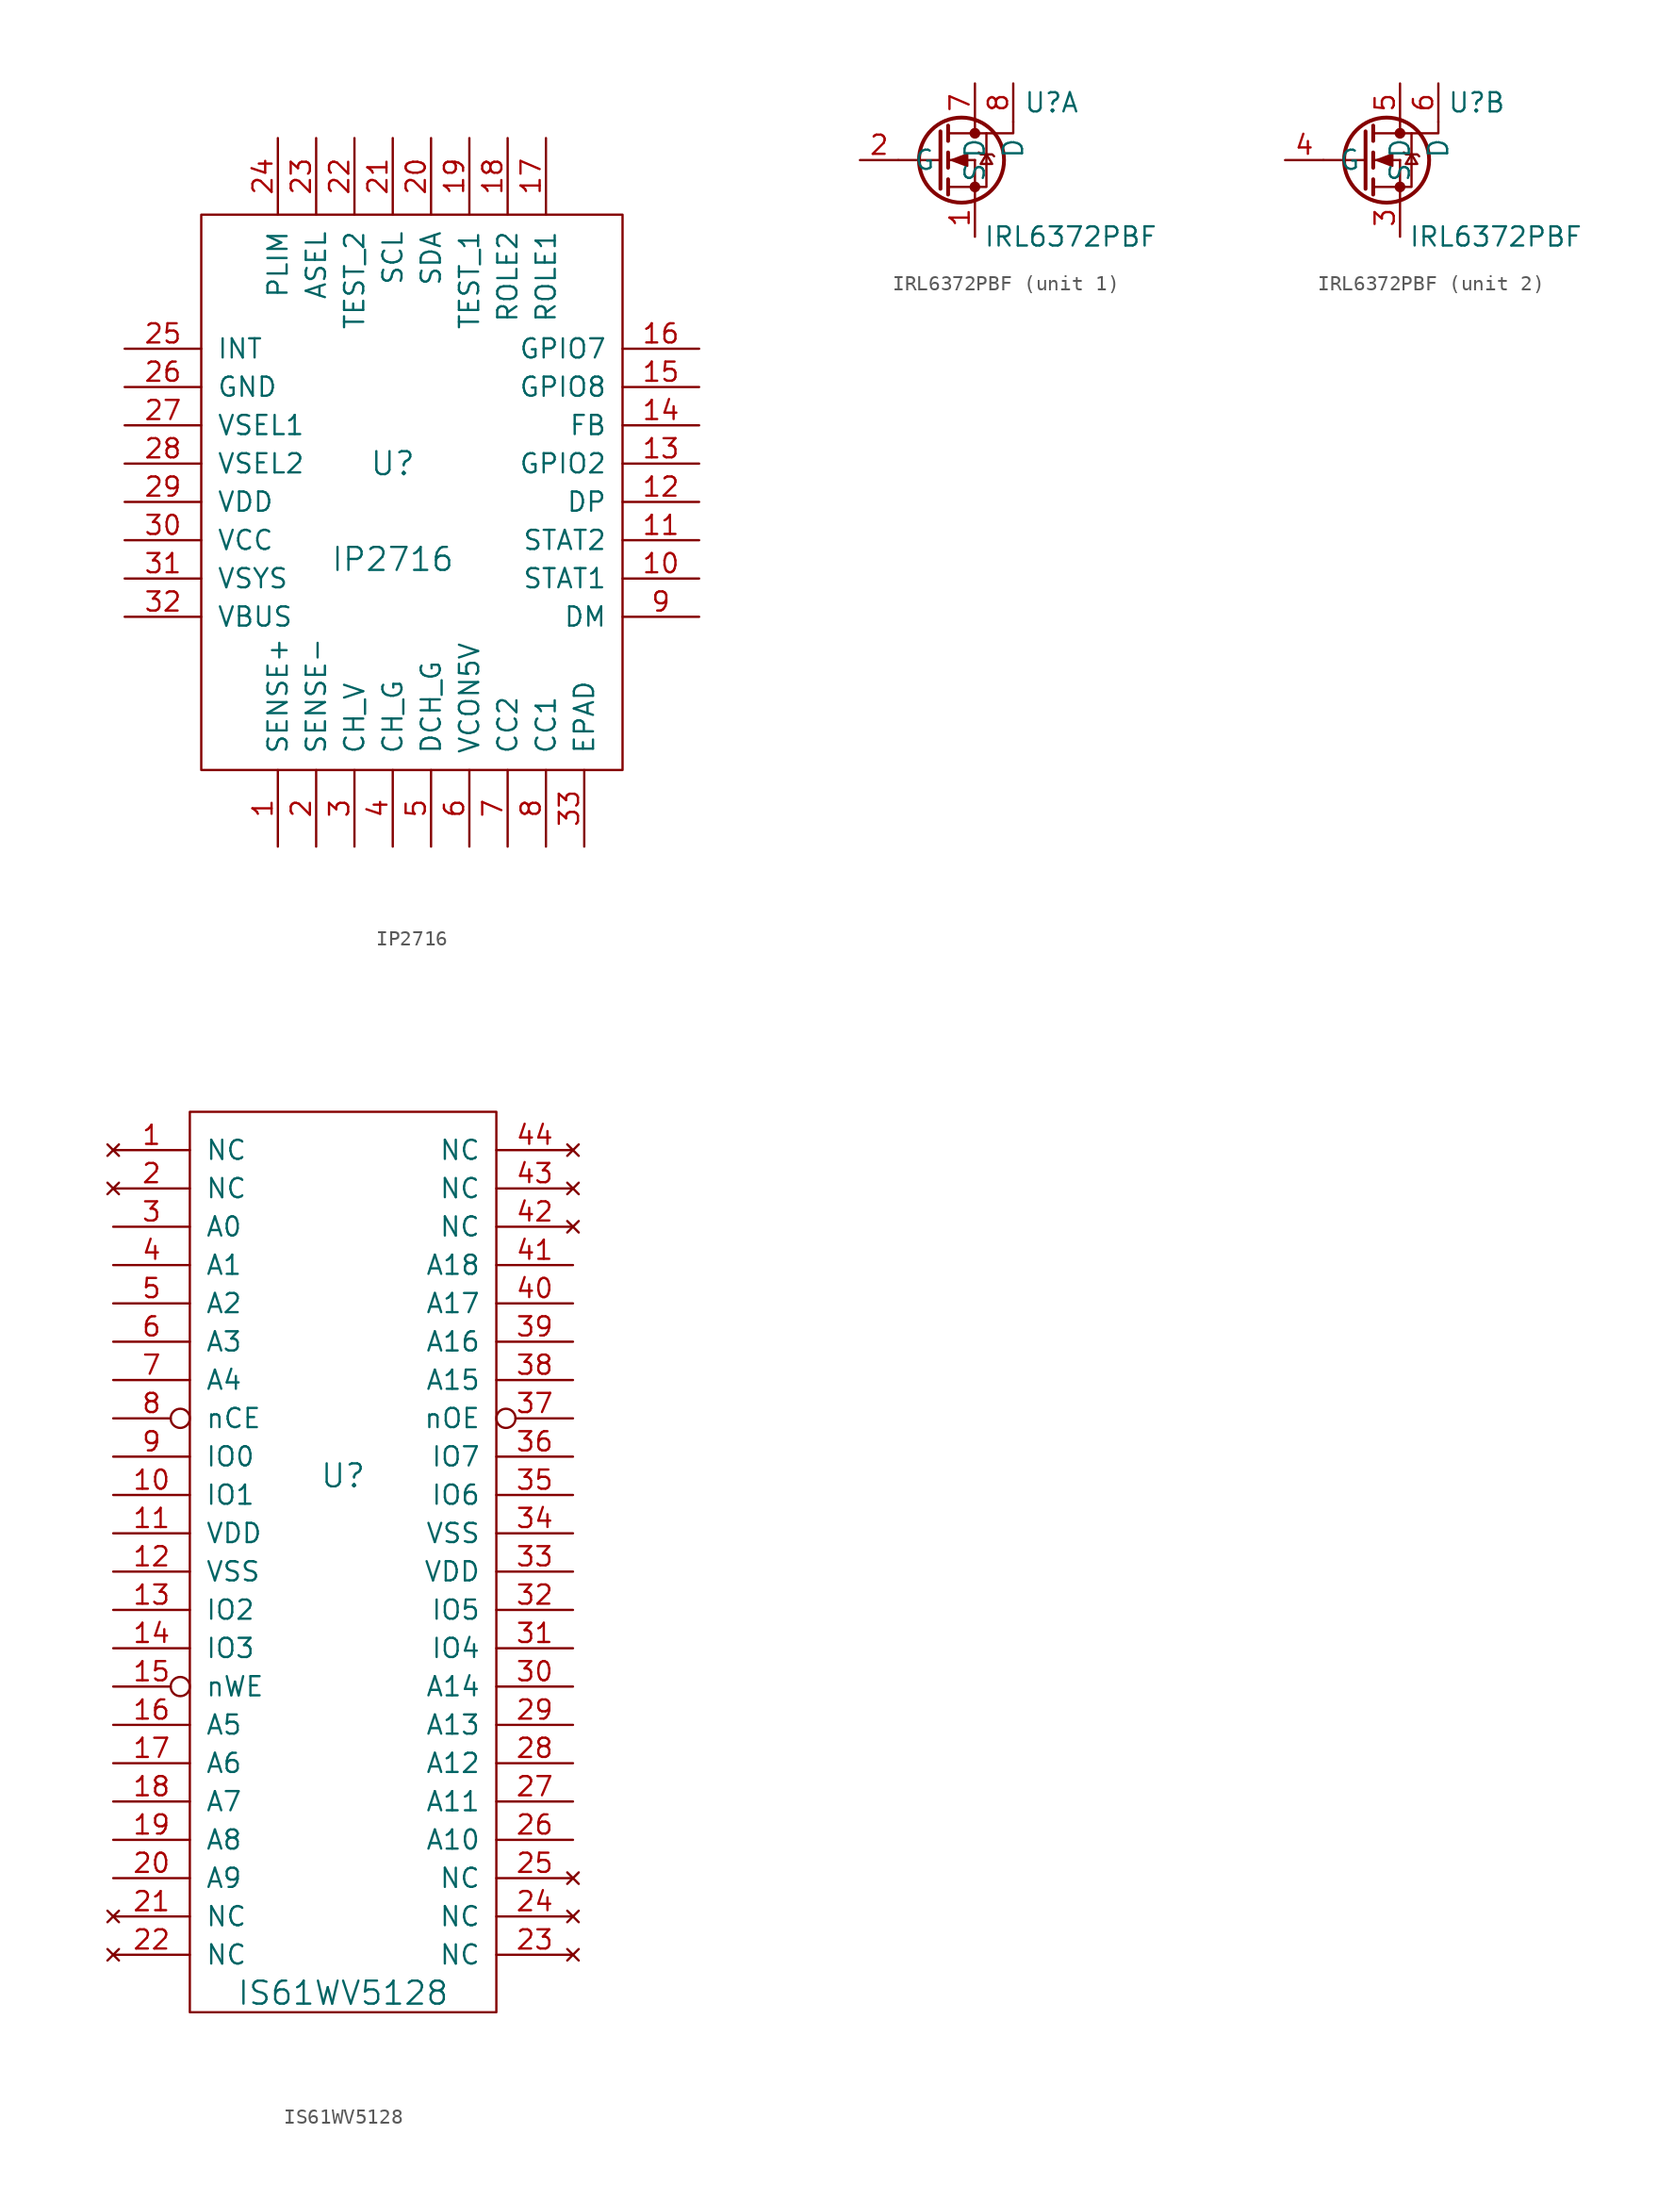
<source format=kicad_sym>
(kicad_symbol_lib
  (version 20220914)
  (generator kicad_symbol_editor)
  (symbol "IP2716"
    (pin_names
      (offset 1.016))
    (property "Reference" "U"
      (at 1.27 2.54 0)
      (effects (font (size 1.524 1.524))))
    (property "Value" "IP2716"
      (at 1.27 -3.81 0)
      (effects (font (size 1.524 1.524))))
    (symbol "IP2716_0_1"
      (rectangle (start -11.43 19.05) (end 16.51 -17.78) (stroke (width 0) (type default)) (fill (type none))))
    (symbol "IP2716_1_1"
      (pin input line (at -6.35 -22.86 90) (length 5.08) (name "SENSE+" (effects (font (size 1.27 1.27)))) (number "1" (effects (font (size 1.27 1.27)))))
      (pin input line (at 21.59 -5.08 180) (length 5.08) (name "STAT1" (effects (font (size 1.27 1.27)))) (number "10" (effects (font (size 1.27 1.27)))))
      (pin input line (at 21.59 -2.54 180) (length 5.08) (name "STAT2" (effects (font (size 1.27 1.27)))) (number "11" (effects (font (size 1.27 1.27)))))
      (pin input line (at 21.59 0 180) (length 5.08) (name "DP" (effects (font (size 1.27 1.27)))) (number "12" (effects (font (size 1.27 1.27)))))
      (pin input line (at 21.59 2.54 180) (length 5.08) (name "GPIO2" (effects (font (size 1.27 1.27)))) (number "13" (effects (font (size 1.27 1.27)))))
      (pin input line (at 21.59 5.08 180) (length 5.08) (name "FB" (effects (font (size 1.27 1.27)))) (number "14" (effects (font (size 1.27 1.27)))))
      (pin input line (at 21.59 7.62 180) (length 5.08) (name "GPIO8" (effects (font (size 1.27 1.27)))) (number "15" (effects (font (size 1.27 1.27)))))
      (pin input line (at 21.59 10.16 180) (length 5.08) (name "GPIO7" (effects (font (size 1.27 1.27)))) (number "16" (effects (font (size 1.27 1.27)))))
      (pin input line (at 11.43 24.13 270) (length 5.08) (name "ROLE1" (effects (font (size 1.27 1.27)))) (number "17" (effects (font (size 1.27 1.27)))))
      (pin input line (at 8.89 24.13 270) (length 5.08) (name "ROLE2" (effects (font (size 1.27 1.27)))) (number "18" (effects (font (size 1.27 1.27)))))
      (pin input line (at 6.35 24.13 270) (length 5.08) (name "TEST_1" (effects (font (size 1.27 1.27)))) (number "19" (effects (font (size 1.27 1.27)))))
      (pin input line (at -3.81 -22.86 90) (length 5.08) (name "SENSE-" (effects (font (size 1.27 1.27)))) (number "2" (effects (font (size 1.27 1.27)))))
      (pin input line (at 3.81 24.13 270) (length 5.08) (name "SDA" (effects (font (size 1.27 1.27)))) (number "20" (effects (font (size 1.27 1.27)))))
      (pin input line (at 1.27 24.13 270) (length 5.08) (name "SCL" (effects (font (size 1.27 1.27)))) (number "21" (effects (font (size 1.27 1.27)))))
      (pin input line (at -1.27 24.13 270) (length 5.08) (name "TEST_2" (effects (font (size 1.27 1.27)))) (number "22" (effects (font (size 1.27 1.27)))))
      (pin input line (at -3.81 24.13 270) (length 5.08) (name "ASEL" (effects (font (size 1.27 1.27)))) (number "23" (effects (font (size 1.27 1.27)))))
      (pin input line (at -6.35 24.13 270) (length 5.08) (name "PLIM" (effects (font (size 1.27 1.27)))) (number "24" (effects (font (size 1.27 1.27)))))
      (pin input line (at -16.51 10.16 0) (length 5.08) (name "INT" (effects (font (size 1.27 1.27)))) (number "25" (effects (font (size 1.27 1.27)))))
      (pin input line (at -16.51 7.62 0) (length 5.08) (name "GND" (effects (font (size 1.27 1.27)))) (number "26" (effects (font (size 1.27 1.27)))))
      (pin input line (at -16.51 5.08 0) (length 5.08) (name "VSEL1" (effects (font (size 1.27 1.27)))) (number "27" (effects (font (size 1.27 1.27)))))
      (pin input line (at -16.51 2.54 0) (length 5.08) (name "VSEL2" (effects (font (size 1.27 1.27)))) (number "28" (effects (font (size 1.27 1.27)))))
      (pin input line (at -16.51 0 0) (length 5.08) (name "VDD" (effects (font (size 1.27 1.27)))) (number "29" (effects (font (size 1.27 1.27)))))
      (pin input line (at -1.27 -22.86 90) (length 5.08) (name "CH_V" (effects (font (size 1.27 1.27)))) (number "3" (effects (font (size 1.27 1.27)))))
      (pin input line (at -16.51 -2.54 0) (length 5.08) (name "VCC" (effects (font (size 1.27 1.27)))) (number "30" (effects (font (size 1.27 1.27)))))
      (pin input line (at -16.51 -5.08 0) (length 5.08) (name "VSYS" (effects (font (size 1.27 1.27)))) (number "31" (effects (font (size 1.27 1.27)))))
      (pin input line (at -16.51 -7.62 0) (length 5.08) (name "VBUS" (effects (font (size 1.27 1.27)))) (number "32" (effects (font (size 1.27 1.27)))))
      (pin input line (at 13.97 -22.86 90) (length 5.08) (name "EPAD" (effects (font (size 1.27 1.27)))) (number "33" (effects (font (size 1.27 1.27)))))
      (pin input line (at 1.27 -22.86 90) (length 5.08) (name "CH_G" (effects (font (size 1.27 1.27)))) (number "4" (effects (font (size 1.27 1.27)))))
      (pin input line (at 3.81 -22.86 90) (length 5.08) (name "DCH_G" (effects (font (size 1.27 1.27)))) (number "5" (effects (font (size 1.27 1.27)))))
      (pin input line (at 6.35 -22.86 90) (length 5.08) (name "VCON5V" (effects (font (size 1.27 1.27)))) (number "6" (effects (font (size 1.27 1.27)))))
      (pin input line (at 8.89 -22.86 90) (length 5.08) (name "CC2" (effects (font (size 1.27 1.27)))) (number "7" (effects (font (size 1.27 1.27)))))
      (pin input line (at 11.43 -22.86 90) (length 5.08) (name "CC1" (effects (font (size 1.27 1.27)))) (number "8" (effects (font (size 1.27 1.27)))))
      (pin input line (at 21.59 -7.62 180) (length 5.08) (name "DM" (effects (font (size 1.27 1.27)))) (number "9" (effects (font (size 1.27 1.27)))))))
  (symbol "IRL6372PBF"
    (pin_names
      (offset 1.016))
    (property "Reference" "U"
      (at 5.08 3.81 0)
      (effects (font (size 1.27 1.27))))
    (property "Value" "IRL6372PBF"
      (at 6.35 -5.08 0)
      (effects (font (size 1.27 1.27))))
    (symbol "IRL6372PBF_0_1"
      (polyline (pts (xy 2.54 2.54) (xy 2.54 1.778) (xy 0.762 1.778)) (stroke (width 0) (type default)) (fill (type none))))
    (symbol "IRL6372PBF_1_1"
      (circle (center -0.889 0) (radius 2.819) (stroke (width 0.254) (type default)) (fill (type none)))
      (circle (center 0 -1.778) (radius 0.279) (stroke (width 0) (type default)) (fill (type outline)))
      (polyline (pts (xy -5.08 0) (xy -2.286 0)) (stroke (width 0) (type default)) (fill (type none)))
      (polyline (pts (xy -1.778 -1.778) (xy 0 -1.778)) (stroke (width 0) (type default)) (fill (type none)))
      (polyline (pts (xy -1.778 -1.27) (xy -1.778 -2.286)) (stroke (width 0.254) (type default)) (fill (type none)))
      (polyline (pts (xy -1.778 0) (xy 0 0)) (stroke (width 0) (type default)) (fill (type none)))
      (polyline (pts (xy -1.778 0.508) (xy -1.778 -0.508)) (stroke (width 0.254) (type default)) (fill (type none)))
      (polyline (pts (xy -1.778 1.778) (xy 0 1.778)) (stroke (width 0) (type default)) (fill (type none)))
      (polyline (pts (xy -1.778 2.286) (xy -1.778 1.27)) (stroke (width 0.254) (type default)) (fill (type none)))
      (polyline (pts (xy 0 -1.778) (xy 0 -2.54)) (stroke (width 0) (type default)) (fill (type none)))
      (polyline (pts (xy 0 -1.778) (xy 0 0)) (stroke (width 0) (type default)) (fill (type none)))
      (polyline (pts (xy 0 2.54) (xy 0 1.778)) (stroke (width 0) (type default)) (fill (type none)))
      (polyline (pts (xy -2.286 1.905) (xy -2.286 -1.905) (xy -2.286 -1.905)) (stroke (width 0.254) (type default)) (fill (type none)))
      (polyline (pts (xy -1.524 0) (xy -0.508 0.381) (xy -0.508 -0.381) (xy -1.524 0)) (stroke (width 0) (type default)) (fill (type outline)))
      (polyline (pts (xy 0 -1.778) (xy 0.762 -1.778) (xy 0.762 1.778) (xy 0 1.778)) (stroke (width 0) (type default)) (fill (type none)))
      (polyline (pts (xy 0.254 0.508) (xy 0.381 0.381) (xy 1.143 0.381) (xy 1.27 0.254)) (stroke (width 0) (type default)) (fill (type none)))
      (polyline (pts (xy 0.762 0.381) (xy 0.381 -0.254) (xy 1.143 -0.254) (xy 0.762 0.381)) (stroke (width 0) (type default)) (fill (type none)))
      (circle (center 0 1.778) (radius 0.279) (stroke (width 0) (type default)) (fill (type outline)))
      (pin passive line (at 0 -5.08 90) (length 2.54) (name "S" (effects (font (size 1.27 1.27)))) (number "1" (effects (font (size 1.27 1.27)))))
      (pin input line (at -7.62 0 0) (length 2.54) (name "G" (effects (font (size 1.27 1.27)))) (number "2" (effects (font (size 1.27 1.27)))))
      (pin passive line (at 0 5.08 270) (length 2.54) (name "D" (effects (font (size 1.27 1.27)))) (number "7" (effects (font (size 1.27 1.27)))))
      (pin passive line (at 2.54 5.08 270) (length 2.54) (name "D" (effects (font (size 1.27 1.27)))) (number "8" (effects (font (size 1.27 1.27))))))
    (symbol "IRL6372PBF_2_1"
      (circle (center -0.889 0) (radius 2.819) (stroke (width 0.254) (type default)) (fill (type none)))
      (circle (center 0 -1.778) (radius 0.279) (stroke (width 0) (type default)) (fill (type outline)))
      (polyline (pts (xy -5.08 0) (xy -2.286 0)) (stroke (width 0) (type default)) (fill (type none)))
      (polyline (pts (xy -1.778 -1.778) (xy 0 -1.778)) (stroke (width 0) (type default)) (fill (type none)))
      (polyline (pts (xy -1.778 -1.27) (xy -1.778 -2.286)) (stroke (width 0.254) (type default)) (fill (type none)))
      (polyline (pts (xy -1.778 0) (xy 0 0)) (stroke (width 0) (type default)) (fill (type none)))
      (polyline (pts (xy -1.778 0.508) (xy -1.778 -0.508)) (stroke (width 0.254) (type default)) (fill (type none)))
      (polyline (pts (xy -1.778 1.778) (xy 0 1.778)) (stroke (width 0) (type default)) (fill (type none)))
      (polyline (pts (xy -1.778 2.286) (xy -1.778 1.27)) (stroke (width 0.254) (type default)) (fill (type none)))
      (polyline (pts (xy 0 -1.778) (xy 0 -2.54)) (stroke (width 0) (type default)) (fill (type none)))
      (polyline (pts (xy 0 -1.778) (xy 0 0)) (stroke (width 0) (type default)) (fill (type none)))
      (polyline (pts (xy 0 2.54) (xy 0 1.778)) (stroke (width 0) (type default)) (fill (type none)))
      (polyline (pts (xy -2.286 1.905) (xy -2.286 -1.905) (xy -2.286 -1.905)) (stroke (width 0.254) (type default)) (fill (type none)))
      (polyline (pts (xy -1.524 0) (xy -0.508 0.381) (xy -0.508 -0.381) (xy -1.524 0)) (stroke (width 0) (type default)) (fill (type outline)))
      (polyline (pts (xy 0 -1.778) (xy 0.762 -1.778) (xy 0.762 1.778) (xy 0 1.778)) (stroke (width 0) (type default)) (fill (type none)))
      (polyline (pts (xy 0.254 0.508) (xy 0.381 0.381) (xy 1.143 0.381) (xy 1.27 0.254)) (stroke (width 0) (type default)) (fill (type none)))
      (polyline (pts (xy 0.762 0.381) (xy 0.381 -0.254) (xy 1.143 -0.254) (xy 0.762 0.381)) (stroke (width 0) (type default)) (fill (type none)))
      (circle (center 0 1.778) (radius 0.279) (stroke (width 0) (type default)) (fill (type outline)))
      (pin passive line (at 0 -5.08 90) (length 2.54) (name "S" (effects (font (size 1.27 1.27)))) (number "3" (effects (font (size 1.27 1.27)))))
      (pin input line (at -7.62 0 0) (length 2.54) (name "G" (effects (font (size 1.27 1.27)))) (number "4" (effects (font (size 1.27 1.27)))))
      (pin passive line (at 0 5.08 270) (length 2.54) (name "D" (effects (font (size 1.27 1.27)))) (number "5" (effects (font (size 1.27 1.27)))))
      (pin passive line (at 2.54 5.08 270) (length 2.54) (name "D" (effects (font (size 1.27 1.27)))) (number "6" (effects (font (size 1.27 1.27)))))))
  (symbol "IS61WV5128"
    (pin_names
      (offset 1.016))
    (property "Reference" "U"
      (at -1.27 5.08 0)
      (effects (font (size 1.524 1.524))))
    (property "Value" "IS61WV5128"
      (at -1.27 -29.21 0)
      (effects (font (size 1.524 1.524))))
    (symbol "IS61WV5128_0_1"
      (rectangle (start -11.43 29.21) (end 8.89 -30.48) (stroke (width 0) (type default)) (fill (type none))))
    (symbol "IS61WV5128_1_1"
      (pin no_connect line (at -16.51 26.67 0) (length 5.08) (name "NC" (effects (font (size 1.27 1.27)))) (number "1" (effects (font (size 1.27 1.27)))))
      (pin input line (at -16.51 3.81 0) (length 5.08) (name "IO1" (effects (font (size 1.27 1.27)))) (number "10" (effects (font (size 1.27 1.27)))))
      (pin power_in line (at -16.51 1.27 0) (length 5.08) (name "VDD" (effects (font (size 1.27 1.27)))) (number "11" (effects (font (size 1.27 1.27)))))
      (pin power_in line (at -16.51 -1.27 0) (length 5.08) (name "VSS" (effects (font (size 1.27 1.27)))) (number "12" (effects (font (size 1.27 1.27)))))
      (pin input line (at -16.51 -3.81 0) (length 5.08) (name "IO2" (effects (font (size 1.27 1.27)))) (number "13" (effects (font (size 1.27 1.27)))))
      (pin input line (at -16.51 -6.35 0) (length 5.08) (name "IO3" (effects (font (size 1.27 1.27)))) (number "14" (effects (font (size 1.27 1.27)))))
      (pin input inverted (at -16.51 -8.89 0) (length 5.08) (name "nWE" (effects (font (size 1.27 1.27)))) (number "15" (effects (font (size 1.27 1.27)))))
      (pin input line (at -16.51 -11.43 0) (length 5.08) (name "A5" (effects (font (size 1.27 1.27)))) (number "16" (effects (font (size 1.27 1.27)))))
      (pin input line (at -16.51 -13.97 0) (length 5.08) (name "A6" (effects (font (size 1.27 1.27)))) (number "17" (effects (font (size 1.27 1.27)))))
      (pin input line (at -16.51 -16.51 0) (length 5.08) (name "A7" (effects (font (size 1.27 1.27)))) (number "18" (effects (font (size 1.27 1.27)))))
      (pin input line (at -16.51 -19.05 0) (length 5.08) (name "A8" (effects (font (size 1.27 1.27)))) (number "19" (effects (font (size 1.27 1.27)))))
      (pin no_connect line (at -16.51 24.13 0) (length 5.08) (name "NC" (effects (font (size 1.27 1.27)))) (number "2" (effects (font (size 1.27 1.27)))))
      (pin input line (at -16.51 -21.59 0) (length 5.08) (name "A9" (effects (font (size 1.27 1.27)))) (number "20" (effects (font (size 1.27 1.27)))))
      (pin no_connect line (at -16.51 -24.13 0) (length 5.08) (name "NC" (effects (font (size 1.27 1.27)))) (number "21" (effects (font (size 1.27 1.27)))))
      (pin no_connect line (at -16.51 -26.67 0) (length 5.08) (name "NC" (effects (font (size 1.27 1.27)))) (number "22" (effects (font (size 1.27 1.27)))))
      (pin no_connect line (at 13.97 -26.67 180) (length 5.08) (name "NC" (effects (font (size 1.27 1.27)))) (number "23" (effects (font (size 1.27 1.27)))))
      (pin no_connect line (at 13.97 -24.13 180) (length 5.08) (name "NC" (effects (font (size 1.27 1.27)))) (number "24" (effects (font (size 1.27 1.27)))))
      (pin no_connect line (at 13.97 -21.59 180) (length 5.08) (name "NC" (effects (font (size 1.27 1.27)))) (number "25" (effects (font (size 1.27 1.27)))))
      (pin input line (at 13.97 -19.05 180) (length 5.08) (name "A10" (effects (font (size 1.27 1.27)))) (number "26" (effects (font (size 1.27 1.27)))))
      (pin input line (at 13.97 -16.51 180) (length 5.08) (name "A11" (effects (font (size 1.27 1.27)))) (number "27" (effects (font (size 1.27 1.27)))))
      (pin input line (at 13.97 -13.97 180) (length 5.08) (name "A12" (effects (font (size 1.27 1.27)))) (number "28" (effects (font (size 1.27 1.27)))))
      (pin input line (at 13.97 -11.43 180) (length 5.08) (name "A13" (effects (font (size 1.27 1.27)))) (number "29" (effects (font (size 1.27 1.27)))))
      (pin input line (at -16.51 21.59 0) (length 5.08) (name "A0" (effects (font (size 1.27 1.27)))) (number "3" (effects (font (size 1.27 1.27)))))
      (pin input line (at 13.97 -8.89 180) (length 5.08) (name "A14" (effects (font (size 1.27 1.27)))) (number "30" (effects (font (size 1.27 1.27)))))
      (pin input line (at 13.97 -6.35 180) (length 5.08) (name "IO4" (effects (font (size 1.27 1.27)))) (number "31" (effects (font (size 1.27 1.27)))))
      (pin input line (at 13.97 -3.81 180) (length 5.08) (name "IO5" (effects (font (size 1.27 1.27)))) (number "32" (effects (font (size 1.27 1.27)))))
      (pin power_in line (at 13.97 -1.27 180) (length 5.08) (name "VDD" (effects (font (size 1.27 1.27)))) (number "33" (effects (font (size 1.27 1.27)))))
      (pin power_in line (at 13.97 1.27 180) (length 5.08) (name "VSS" (effects (font (size 1.27 1.27)))) (number "34" (effects (font (size 1.27 1.27)))))
      (pin input line (at 13.97 3.81 180) (length 5.08) (name "IO6" (effects (font (size 1.27 1.27)))) (number "35" (effects (font (size 1.27 1.27)))))
      (pin input line (at 13.97 6.35 180) (length 5.08) (name "IO7" (effects (font (size 1.27 1.27)))) (number "36" (effects (font (size 1.27 1.27)))))
      (pin input inverted (at 13.97 8.89 180) (length 5.08) (name "nOE" (effects (font (size 1.27 1.27)))) (number "37" (effects (font (size 1.27 1.27)))))
      (pin input line (at 13.97 11.43 180) (length 5.08) (name "A15" (effects (font (size 1.27 1.27)))) (number "38" (effects (font (size 1.27 1.27)))))
      (pin input line (at 13.97 13.97 180) (length 5.08) (name "A16" (effects (font (size 1.27 1.27)))) (number "39" (effects (font (size 1.27 1.27)))))
      (pin input line (at -16.51 19.05 0) (length 5.08) (name "A1" (effects (font (size 1.27 1.27)))) (number "4" (effects (font (size 1.27 1.27)))))
      (pin input line (at 13.97 16.51 180) (length 5.08) (name "A17" (effects (font (size 1.27 1.27)))) (number "40" (effects (font (size 1.27 1.27)))))
      (pin input line (at 13.97 19.05 180) (length 5.08) (name "A18" (effects (font (size 1.27 1.27)))) (number "41" (effects (font (size 1.27 1.27)))))
      (pin no_connect line (at 13.97 21.59 180) (length 5.08) (name "NC" (effects (font (size 1.27 1.27)))) (number "42" (effects (font (size 1.27 1.27)))))
      (pin no_connect line (at 13.97 24.13 180) (length 5.08) (name "NC" (effects (font (size 1.27 1.27)))) (number "43" (effects (font (size 1.27 1.27)))))
      (pin no_connect line (at 13.97 26.67 180) (length 5.08) (name "NC" (effects (font (size 1.27 1.27)))) (number "44" (effects (font (size 1.27 1.27)))))
      (pin input line (at -16.51 16.51 0) (length 5.08) (name "A2" (effects (font (size 1.27 1.27)))) (number "5" (effects (font (size 1.27 1.27)))))
      (pin input line (at -16.51 13.97 0) (length 5.08) (name "A3" (effects (font (size 1.27 1.27)))) (number "6" (effects (font (size 1.27 1.27)))))
      (pin input line (at -16.51 11.43 0) (length 5.08) (name "A4" (effects (font (size 1.27 1.27)))) (number "7" (effects (font (size 1.27 1.27)))))
      (pin input inverted (at -16.51 8.89 0) (length 5.08) (name "nCE" (effects (font (size 1.27 1.27)))) (number "8" (effects (font (size 1.27 1.27)))))
      (pin input line (at -16.51 6.35 0) (length 5.08) (name "IO0" (effects (font (size 1.27 1.27)))) (number "9" (effects (font (size 1.27 1.27))))))))
</source>
